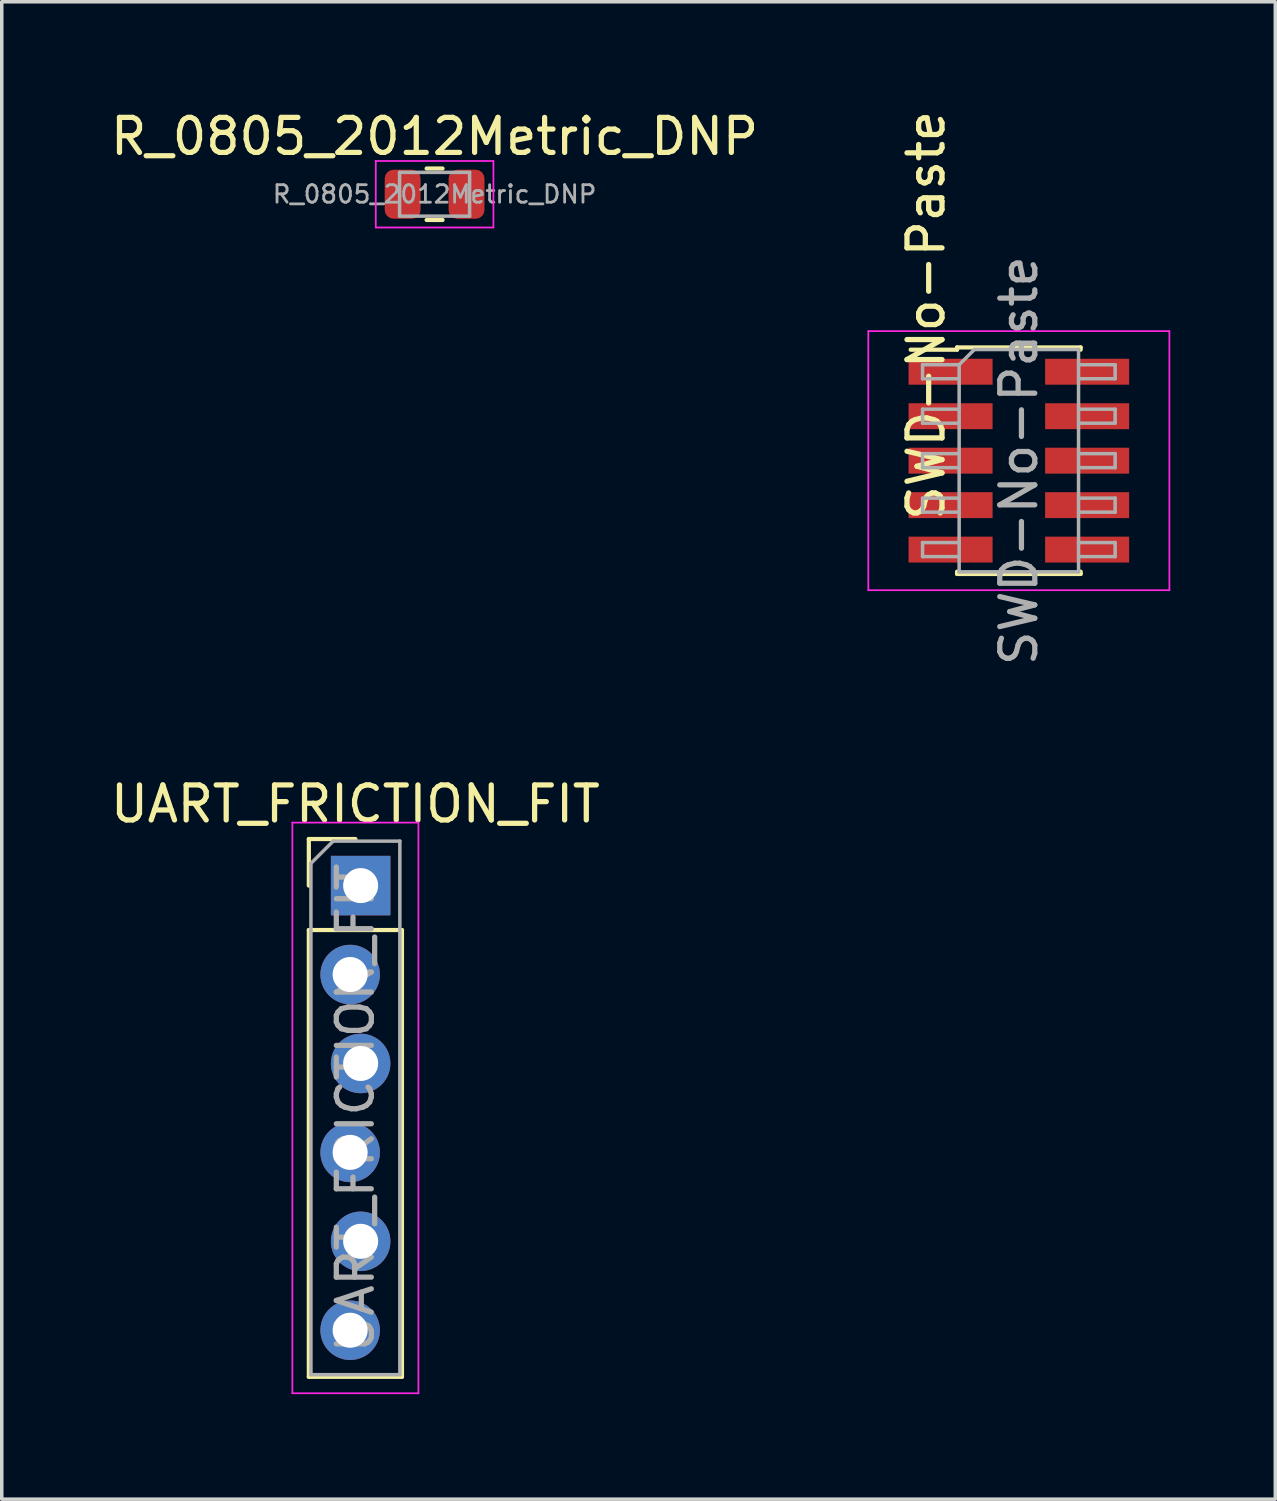
<source format=kicad_pcb>
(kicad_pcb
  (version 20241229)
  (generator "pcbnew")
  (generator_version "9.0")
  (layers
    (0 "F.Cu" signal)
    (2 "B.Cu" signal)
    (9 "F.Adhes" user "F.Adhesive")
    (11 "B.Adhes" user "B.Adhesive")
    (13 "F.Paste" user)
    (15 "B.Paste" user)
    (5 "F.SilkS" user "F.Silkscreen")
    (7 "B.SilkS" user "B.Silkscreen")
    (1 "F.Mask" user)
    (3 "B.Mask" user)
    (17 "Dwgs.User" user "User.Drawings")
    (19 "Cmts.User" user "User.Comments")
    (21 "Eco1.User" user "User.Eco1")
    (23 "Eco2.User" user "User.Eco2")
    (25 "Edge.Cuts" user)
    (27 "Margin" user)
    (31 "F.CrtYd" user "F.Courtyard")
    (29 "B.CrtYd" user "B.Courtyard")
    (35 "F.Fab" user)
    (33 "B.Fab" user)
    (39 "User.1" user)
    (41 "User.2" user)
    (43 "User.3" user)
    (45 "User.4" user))
  (footprint "SWD-No-Paste"
    (layer "F.Cu")
    (at 26.051 10.108)
    (property "Reference" "SWD-No-Paste" (at -2.65 -4.15 90) (unlocked yes) (layer "F.SilkS") (effects (font (size 1 1) (thickness 0.15))))
    (attr smd)
    (fp_line (start -3.09 -3.17) (end -1.765 -3.17) (stroke (width 0.12) (type solid)) (layer "F.SilkS"))
    (fp_line (start -1.765 -3.235) (end -1.765 -3.17) (stroke (width 0.12) (type solid)) (layer "F.SilkS"))
    (fp_line (start -1.765 -3.235) (end 1.765 -3.235) (stroke (width 0.12) (type solid)) (layer "F.SilkS"))
    (fp_line (start -1.765 3.17) (end -1.765 3.235) (stroke (width 0.12) (type solid)) (layer "F.SilkS"))
    (fp_line (start -1.765 3.235) (end 1.765 3.235) (stroke (width 0.12) (type solid)) (layer "F.SilkS"))
    (fp_line (start 1.765 -3.235) (end 1.765 -3.17) (stroke (width 0.12) (type solid)) (layer "F.SilkS"))
    (fp_line (start 1.765 3.17) (end 1.765 3.235) (stroke (width 0.12) (type solid)) (layer "F.SilkS"))
    (fp_line (start -4.3 -3.7) (end -4.3 3.7) (stroke (width 0.05) (type solid)) (layer "F.CrtYd"))
    (fp_line (start -4.3 3.7) (end 4.3 3.7) (stroke (width 0.05) (type solid)) (layer "F.CrtYd"))
    (fp_line (start 4.3 -3.7) (end -4.3 -3.7) (stroke (width 0.05) (type solid)) (layer "F.CrtYd"))
    (fp_line (start 4.3 3.7) (end 4.3 -3.7) (stroke (width 0.05) (type solid)) (layer "F.CrtYd"))
    (fp_line (start -2.75 -2.74) (end -2.75 -2.34) (stroke (width 0.1) (type solid)) (layer "F.Fab"))
    (fp_line (start -2.75 -2.34) (end -1.705 -2.34) (stroke (width 0.1) (type solid)) (layer "F.Fab"))
    (fp_line (start -2.75 -1.47) (end -2.75 -1.07) (stroke (width 0.1) (type solid)) (layer "F.Fab"))
    (fp_line (start -2.75 -1.07) (end -1.705 -1.07) (stroke (width 0.1) (type solid)) (layer "F.Fab"))
    (fp_line (start -2.75 -0.2) (end -2.75 0.2) (stroke (width 0.1) (type solid)) (layer "F.Fab"))
    (fp_line (start -2.75 0.2) (end -1.705 0.2) (stroke (width 0.1) (type solid)) (layer "F.Fab"))
    (fp_line (start -2.75 1.07) (end -2.75 1.47) (stroke (width 0.1) (type solid)) (layer "F.Fab"))
    (fp_line (start -2.75 1.47) (end -1.705 1.47) (stroke (width 0.1) (type solid)) (layer "F.Fab"))
    (fp_line (start -2.75 2.34) (end -2.75 2.74) (stroke (width 0.1) (type solid)) (layer "F.Fab"))
    (fp_line (start -2.75 2.74) (end -1.705 2.74) (stroke (width 0.1) (type solid)) (layer "F.Fab"))
    (fp_line (start -1.705 -2.74) (end -2.75 -2.74) (stroke (width 0.1) (type solid)) (layer "F.Fab"))
    (fp_line (start -1.705 -2.74) (end -1.27 -3.175) (stroke (width 0.1) (type solid)) (layer "F.Fab"))
    (fp_line (start -1.705 -1.47) (end -2.75 -1.47) (stroke (width 0.1) (type solid)) (layer "F.Fab"))
    (fp_line (start -1.705 -0.2) (end -2.75 -0.2) (stroke (width 0.1) (type solid)) (layer "F.Fab"))
    (fp_line (start -1.705 1.07) (end -2.75 1.07) (stroke (width 0.1) (type solid)) (layer "F.Fab"))
    (fp_line (start -1.705 2.34) (end -2.75 2.34) (stroke (width 0.1) (type solid)) (layer "F.Fab"))
    (fp_line (start -1.705 3.175) (end -1.705 -2.74) (stroke (width 0.1) (type solid)) (layer "F.Fab"))
    (fp_line (start -1.27 -3.175) (end 1.705 -3.175) (stroke (width 0.1) (type solid)) (layer "F.Fab"))
    (fp_line (start 1.705 -3.175) (end 1.705 3.175) (stroke (width 0.1) (type solid)) (layer "F.Fab"))
    (fp_line (start 1.705 -2.74) (end 2.75 -2.74) (stroke (width 0.1) (type solid)) (layer "F.Fab"))
    (fp_line (start 1.705 -1.47) (end 2.75 -1.47) (stroke (width 0.1) (type solid)) (layer "F.Fab"))
    (fp_line (start 1.705 -0.2) (end 2.75 -0.2) (stroke (width 0.1) (type solid)) (layer "F.Fab"))
    (fp_line (start 1.705 1.07) (end 2.75 1.07) (stroke (width 0.1) (type solid)) (layer "F.Fab"))
    (fp_line (start 1.705 2.34) (end 2.75 2.34) (stroke (width 0.1) (type solid)) (layer "F.Fab"))
    (fp_line (start 1.705 3.175) (end -1.705 3.175) (stroke (width 0.1) (type solid)) (layer "F.Fab"))
    (fp_line (start 2.75 -2.74) (end 2.75 -2.34) (stroke (width 0.1) (type solid)) (layer "F.Fab"))
    (fp_line (start 2.75 -2.34) (end 1.705 -2.34) (stroke (width 0.1) (type solid)) (layer "F.Fab"))
    (fp_line (start 2.75 -1.47) (end 2.75 -1.07) (stroke (width 0.1) (type solid)) (layer "F.Fab"))
    (fp_line (start 2.75 -1.07) (end 1.705 -1.07) (stroke (width 0.1) (type solid)) (layer "F.Fab"))
    (fp_line (start 2.75 -0.2) (end 2.75 0.2) (stroke (width 0.1) (type solid)) (layer "F.Fab"))
    (fp_line (start 2.75 0.2) (end 1.705 0.2) (stroke (width 0.1) (type solid)) (layer "F.Fab"))
    (fp_line (start 2.75 1.07) (end 2.75 1.47) (stroke (width 0.1) (type solid)) (layer "F.Fab"))
    (fp_line (start 2.75 1.47) (end 1.705 1.47) (stroke (width 0.1) (type solid)) (layer "F.Fab"))
    (fp_line (start 2.75 2.34) (end 2.75 2.74) (stroke (width 0.1) (type solid)) (layer "F.Fab"))
    (fp_line (start 2.75 2.74) (end 1.705 2.74) (stroke (width 0.1) (type solid)) (layer "F.Fab"))
    (fp_text user "${REFERENCE}" (at 0 0 270) (layer "F.Fab") (effects (font (size 1 1) (thickness 0.15))))
    (pad "1" smd rect (at -1.95 -2.54) (size 2.4 0.74) (layers "F.Cu" "F.Mask"))
    (pad "2" smd rect (at 1.95 -2.54) (size 2.4 0.74) (layers "F.Cu" "F.Mask"))
    (pad "3" smd rect (at -1.95 -1.27) (size 2.4 0.74) (layers "F.Cu" "F.Mask"))
    (pad "4" smd rect (at 1.95 -1.27) (size 2.4 0.74) (layers "F.Cu" "F.Mask"))
    (pad "5" smd rect (at -1.95 0) (size 2.4 0.74) (layers "F.Cu" "F.Mask"))
    (pad "6" smd rect (at 1.95 0) (size 2.4 0.74) (layers "F.Cu" "F.Mask"))
    (pad "7" smd rect (at -1.95 1.27) (size 2.4 0.74) (layers "F.Cu" "F.Mask"))
    (pad "8" smd rect (at 1.95 1.27) (size 2.4 0.74) (layers "F.Cu" "F.Mask"))
    (pad "9" smd rect (at -1.95 2.54) (size 2.4 0.74) (layers "F.Cu" "F.Mask"))
    (pad "10" smd rect (at 1.95 2.54) (size 2.4 0.74) (layers "F.Cu" "F.Mask")))
  (footprint "R_0805_2012Metric_DNP"
    (layer "F.Cu")
    (at 9.363 2.498)
    (property "Reference" "R_0805_2012Metric_DNP" (at 0 -1.65 0) (layer "F.SilkS") (effects (font (size 1 1) (thickness 0.15))))
    (attr smd)
    (fp_line (start -0.227 -0.735) (end 0.227 -0.735) (stroke (width 0.12) (type solid)) (layer "F.SilkS"))
    (fp_line (start -0.227 0.735) (end 0.227 0.735) (stroke (width 0.12) (type solid)) (layer "F.SilkS"))
    (fp_line (start -1.68 -0.95) (end 1.68 -0.95) (stroke (width 0.05) (type solid)) (layer "F.CrtYd"))
    (fp_line (start -1.68 0.95) (end -1.68 -0.95) (stroke (width 0.05) (type solid)) (layer "F.CrtYd"))
    (fp_line (start 1.68 -0.95) (end 1.68 0.95) (stroke (width 0.05) (type solid)) (layer "F.CrtYd"))
    (fp_line (start 1.68 0.95) (end -1.68 0.95) (stroke (width 0.05) (type solid)) (layer "F.CrtYd"))
    (fp_line (start -1 -0.625) (end 1 -0.625) (stroke (width 0.1) (type solid)) (layer "F.Fab"))
    (fp_line (start -1 0.625) (end -1 -0.625) (stroke (width 0.1) (type solid)) (layer "F.Fab"))
    (fp_line (start 1 -0.625) (end 1 0.625) (stroke (width 0.1) (type solid)) (layer "F.Fab"))
    (fp_line (start 1 0.625) (end -1 0.625) (stroke (width 0.1) (type solid)) (layer "F.Fab"))
    (fp_text user "${REFERENCE}" (at 0 0 0) (layer "F.Fab") (effects (font (size 0.5 0.5) (thickness 0.08))))
    (pad "1" smd roundrect (at -0.912 0) (size 1.025 1.4) (layers "F.Cu" "F.Mask") (roundrect_rratio 0.244))
    (pad "2" smd roundrect (at 0.912 0) (size 1.025 1.4) (layers "F.Cu" "F.Mask") (roundrect_rratio 0.244)))
  (footprint "UART_FRICTION_FIT"
    (layer "F.Cu")
    (at 7.101 22.245)
    (property "Reference" "UART_FRICTION_FIT" (at 0 -2.33 0) (layer "F.SilkS") (effects (font (size 1 1) (thickness 0.15))))
    (attr through_hole)
    (fp_line (start -1.33 -1.33) (end 0 -1.33) (stroke (width 0.12) (type solid)) (layer "F.SilkS"))
    (fp_line (start -1.33 0) (end -1.33 -1.33) (stroke (width 0.12) (type solid)) (layer "F.SilkS"))
    (fp_line (start -1.33 1.27) (end -1.33 14.03) (stroke (width 0.12) (type solid)) (layer "F.SilkS"))
    (fp_line (start -1.33 1.27) (end 1.33 1.27) (stroke (width 0.12) (type solid)) (layer "F.SilkS"))
    (fp_line (start -1.33 14.03) (end 1.33 14.03) (stroke (width 0.12) (type solid)) (layer "F.SilkS"))
    (fp_line (start 1.33 1.27) (end 1.33 14.03) (stroke (width 0.12) (type solid)) (layer "F.SilkS"))
    (fp_line (start -1.8 -1.8) (end -1.8 14.5) (stroke (width 0.05) (type solid)) (layer "F.CrtYd"))
    (fp_line (start -1.8 14.5) (end 1.8 14.5) (stroke (width 0.05) (type solid)) (layer "F.CrtYd"))
    (fp_line (start 1.8 -1.8) (end -1.8 -1.8) (stroke (width 0.05) (type solid)) (layer "F.CrtYd"))
    (fp_line (start 1.8 14.5) (end 1.8 -1.8) (stroke (width 0.05) (type solid)) (layer "F.CrtYd"))
    (fp_line (start -1.27 -0.635) (end -0.635 -1.27) (stroke (width 0.1) (type solid)) (layer "F.Fab"))
    (fp_line (start -1.27 13.97) (end -1.27 -0.635) (stroke (width 0.1) (type solid)) (layer "F.Fab"))
    (fp_line (start -0.635 -1.27) (end 1.27 -1.27) (stroke (width 0.1) (type solid)) (layer "F.Fab"))
    (fp_line (start 1.27 -1.27) (end 1.27 13.97) (stroke (width 0.1) (type solid)) (layer "F.Fab"))
    (fp_line (start 1.27 13.97) (end -1.27 13.97) (stroke (width 0.1) (type solid)) (layer "F.Fab"))
    (fp_text user "${REFERENCE}" (at 0 6.35 90) (layer "F.Fab") (effects (font (size 1 1) (thickness 0.15))))
    (pad "1" thru_hole rect (at 0.15 0) (size 1.7 1.7) (drill 1) (layers "*.Cu" "*.Mask"))
    (pad "2" thru_hole oval (at -0.15 2.54) (size 1.7 1.7) (drill 1) (layers "*.Cu" "*.Mask"))
    (pad "3" thru_hole oval (at 0.15 5.08) (size 1.7 1.7) (drill 1) (layers "*.Cu" "*.Mask"))
    (pad "4" thru_hole oval (at -0.15 7.62) (size 1.7 1.7) (drill 1) (layers "*.Cu" "*.Mask"))
    (pad "5" thru_hole oval (at 0.15 10.16) (size 1.7 1.7) (drill 1) (layers "*.Cu" "*.Mask"))
    (pad "6" thru_hole oval (at -0.15 12.7) (size 1.7 1.7) (drill 1) (layers "*.Cu" "*.Mask")))
  (gr_rect
    (start -3 -3)
    (end 33.376 39.77)
    (stroke (width 0.1) (type default))
    (fill no)
    (layer "Edge.Cuts")))
</source>
